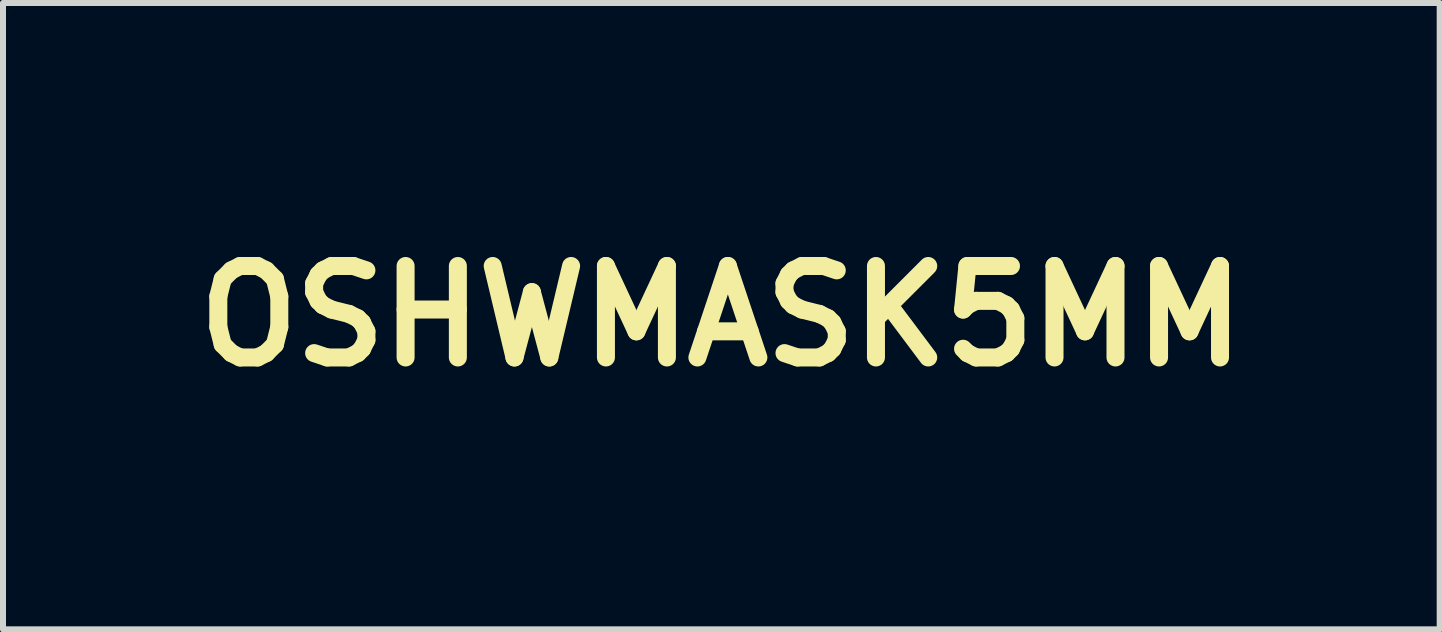
<source format=kicad_pcb>
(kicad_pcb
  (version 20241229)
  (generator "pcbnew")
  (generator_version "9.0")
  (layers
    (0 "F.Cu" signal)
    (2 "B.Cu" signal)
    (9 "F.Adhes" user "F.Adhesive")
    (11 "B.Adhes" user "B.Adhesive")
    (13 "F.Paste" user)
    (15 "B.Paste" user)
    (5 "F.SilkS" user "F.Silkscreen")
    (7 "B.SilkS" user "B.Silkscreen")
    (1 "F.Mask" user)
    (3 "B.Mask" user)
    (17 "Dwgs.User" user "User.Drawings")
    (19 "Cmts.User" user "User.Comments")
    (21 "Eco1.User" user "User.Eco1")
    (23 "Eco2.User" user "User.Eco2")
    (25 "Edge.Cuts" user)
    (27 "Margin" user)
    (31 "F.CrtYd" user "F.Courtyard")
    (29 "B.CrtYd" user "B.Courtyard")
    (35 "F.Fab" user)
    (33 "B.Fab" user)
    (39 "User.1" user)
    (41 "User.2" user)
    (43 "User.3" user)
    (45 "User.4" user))
  (footprint "OSHWMASK5MM"
    (layer "F.Cu")
    (at 8.97 2.217)
    (property "Reference" "OSHWMASK5MM" (at 0 0 0) (layer "F.SilkS") (effects (font (size 1.524 1.524) (thickness 0.3))))
    (attr through_hole)
    (fp_poly (pts (xy 0.067 -2.211) (xy 0.128 -2.211) (xy 0.181 -2.211) (xy 0.227 -2.211) (xy 0.264 -2.21) (xy 0.293 -2.209) (xy 0.313 -2.209) (xy 0.325 -2.208) (xy 0.329 -2.207) (xy 0.335 -2.2) (xy 0.341 -2.189) (xy 0.341 -2.186) (xy 0.343 -2.179) (xy 0.346 -2.165) (xy 0.35 -2.143) (xy 0.355 -2.114) (xy 0.362 -2.08) (xy 0.369 -2.041) (xy 0.377 -1.998) (xy 0.386 -1.951) (xy 0.395 -1.901) (xy 0.403 -1.861) (xy 0.414 -1.802) (xy 0.423 -1.751) (xy 0.432 -1.707) (xy 0.439 -1.67) (xy 0.445 -1.639) (xy 0.45 -1.614) (xy 0.454 -1.594) (xy 0.458 -1.578) (xy 0.461 -1.565) (xy 0.463 -1.556) (xy 0.466 -1.55) (xy 0.468 -1.545) (xy 0.47 -1.542) (xy 0.472 -1.541) (xy 0.481 -1.534) (xy 0.497 -1.525) (xy 0.517 -1.516) (xy 0.532 -1.509) (xy 0.546 -1.503) (xy 0.568 -1.495) (xy 0.596 -1.483) (xy 0.628 -1.47) (xy 0.663 -1.456) (xy 0.701 -1.44) (xy 0.74 -1.425) (xy 0.753 -1.419) (xy 0.796 -1.402) (xy 0.831 -1.387) (xy 0.86 -1.376) (xy 0.883 -1.367) (xy 0.901 -1.36) (xy 0.914 -1.356) (xy 0.924 -1.353) (xy 0.932 -1.351) (xy 0.937 -1.351) (xy 0.941 -1.352) (xy 0.947 -1.355) (xy 0.959 -1.362) (xy 0.978 -1.374) (xy 1.001 -1.39) (xy 1.03 -1.409) (xy 1.063 -1.431) (xy 1.099 -1.455) (xy 1.139 -1.482) (xy 1.181 -1.51) (xy 1.222 -1.538) (xy 1.276 -1.575) (xy 1.323 -1.608) (xy 1.364 -1.636) (xy 1.399 -1.659) (xy 1.428 -1.678) (xy 1.452 -1.694) (xy 1.471 -1.705) (xy 1.485 -1.714) (xy 1.494 -1.719) (xy 1.5 -1.721) (xy 1.5 -1.721) (xy 1.504 -1.72) (xy 1.508 -1.718) (xy 1.514 -1.713) (xy 1.523 -1.706) (xy 1.534 -1.697) (xy 1.548 -1.683) (xy 1.566 -1.667) (xy 1.587 -1.646) (xy 1.613 -1.62) (xy 1.644 -1.59) (xy 1.679 -1.555) (xy 1.721 -1.513) (xy 1.742 -1.492) (xy 1.786 -1.448) (xy 1.823 -1.411) (xy 1.855 -1.378) (xy 1.883 -1.351) (xy 1.905 -1.328) (xy 1.924 -1.309) (xy 1.938 -1.293) (xy 1.95 -1.281) (xy 1.958 -1.272) (xy 1.964 -1.264) (xy 1.967 -1.259) (xy 1.969 -1.255) (xy 1.97 -1.251) (xy 1.97 -1.25) (xy 1.967 -1.244) (xy 1.96 -1.232) (xy 1.948 -1.213) (xy 1.933 -1.189) (xy 1.914 -1.161) (xy 1.892 -1.128) (xy 1.867 -1.092) (xy 1.841 -1.053) (xy 1.812 -1.011) (xy 1.807 -1.003) (xy 1.77 -0.95) (xy 1.739 -0.905) (xy 1.712 -0.865) (xy 1.688 -0.831) (xy 1.669 -0.802) (xy 1.653 -0.779) (xy 1.639 -0.759) (xy 1.629 -0.743) (xy 1.621 -0.731) (xy 1.615 -0.721) (xy 1.611 -0.714) (xy 1.608 -0.709) (xy 1.607 -0.705) (xy 1.606 -0.702) (xy 1.606 -0.699) (xy 1.606 -0.696) (xy 1.606 -0.695) (xy 1.608 -0.687) (xy 1.613 -0.673) (xy 1.621 -0.652) (xy 1.631 -0.626) (xy 1.643 -0.596) (xy 1.657 -0.562) (xy 1.672 -0.526) (xy 1.688 -0.488) (xy 1.704 -0.45) (xy 1.721 -0.411) (xy 1.737 -0.374) (xy 1.753 -0.339) (xy 1.767 -0.307) (xy 1.78 -0.278) (xy 1.791 -0.255) (xy 1.8 -0.237) (xy 1.806 -0.226) (xy 1.808 -0.222) (xy 1.812 -0.219) (xy 1.817 -0.215) (xy 1.824 -0.212) (xy 1.834 -0.209) (xy 1.847 -0.206) (xy 1.865 -0.202) (xy 1.888 -0.197) (xy 1.917 -0.192) (xy 1.953 -0.185) (xy 1.995 -0.177) (xy 2.01 -0.175) (xy 2.032 -0.171) (xy 2.058 -0.166) (xy 2.088 -0.16) (xy 2.118 -0.155) (xy 2.124 -0.154) (xy 2.157 -0.147) (xy 2.196 -0.14) (xy 2.238 -0.133) (xy 2.28 -0.125) (xy 2.318 -0.118) (xy 2.327 -0.116) (xy 2.364 -0.109) (xy 2.392 -0.104) (xy 2.415 -0.099) (xy 2.431 -0.095) (xy 2.443 -0.091) (xy 2.451 -0.088) (xy 2.455 -0.084) (xy 2.458 -0.081) (xy 2.458 -0.076) (xy 2.459 -0.063) (xy 2.459 -0.043) (xy 2.46 -0.017) (xy 2.46 0.015) (xy 2.46 0.051) (xy 2.461 0.091) (xy 2.461 0.134) (xy 2.461 0.179) (xy 2.461 0.225) (xy 2.461 0.271) (xy 2.461 0.317) (xy 2.461 0.362) (xy 2.461 0.405) (xy 2.461 0.444) (xy 2.46 0.48) (xy 2.46 0.511) (xy 2.46 0.536) (xy 2.459 0.556) (xy 2.459 0.567) (xy 2.458 0.571) (xy 2.452 0.579) (xy 2.448 0.582) (xy 2.443 0.584) (xy 2.429 0.587) (xy 2.409 0.591) (xy 2.382 0.596) (xy 2.349 0.603) (xy 2.311 0.61) (xy 2.269 0.618) (xy 2.223 0.627) (xy 2.175 0.636) (xy 2.144 0.642) (xy 2.094 0.651) (xy 2.047 0.66) (xy 2.002 0.668) (xy 1.961 0.676) (xy 1.925 0.683) (xy 1.894 0.689) (xy 1.869 0.694) (xy 1.851 0.697) (xy 1.841 0.7) (xy 1.838 0.7) (xy 1.827 0.707) (xy 1.821 0.712) (xy 1.818 0.718) (xy 1.812 0.731) (xy 1.804 0.75) (xy 1.793 0.776) (xy 1.78 0.806) (xy 1.766 0.841) (xy 1.75 0.88) (xy 1.733 0.922) (xy 1.717 0.963) (xy 1.695 1.017) (xy 1.677 1.064) (xy 1.661 1.103) (xy 1.649 1.135) (xy 1.639 1.162) (xy 1.631 1.183) (xy 1.626 1.198) (xy 1.623 1.209) (xy 1.622 1.216) (xy 1.622 1.218) (xy 1.625 1.225) (xy 1.633 1.238) (xy 1.645 1.257) (xy 1.662 1.283) (xy 1.682 1.314) (xy 1.707 1.35) (xy 1.735 1.391) (xy 1.765 1.436) (xy 1.799 1.485) (xy 1.836 1.538) (xy 1.862 1.577) (xy 1.889 1.615) (xy 1.911 1.646) (xy 1.928 1.672) (xy 1.942 1.693) (xy 1.952 1.709) (xy 1.96 1.722) (xy 1.965 1.731) (xy 1.968 1.738) (xy 1.969 1.743) (xy 1.969 1.748) (xy 1.969 1.749) (xy 1.967 1.753) (xy 1.962 1.76) (xy 1.954 1.77) (xy 1.942 1.783) (xy 1.926 1.8) (xy 1.905 1.821) (xy 1.88 1.847) (xy 1.85 1.877) (xy 1.815 1.912) (xy 1.774 1.953) (xy 1.74 1.987) (xy 1.702 2.024) (xy 1.667 2.059) (xy 1.634 2.091) (xy 1.603 2.121) (xy 1.576 2.148) (xy 1.552 2.17) (xy 1.533 2.189) (xy 1.518 2.203) (xy 1.509 2.211) (xy 1.506 2.214) (xy 1.496 2.214) (xy 1.488 2.211) (xy 1.483 2.208) (xy 1.471 2.2) (xy 1.453 2.188) (xy 1.43 2.172) (xy 1.402 2.154) (xy 1.371 2.132) (xy 1.336 2.108) (xy 1.298 2.083) (xy 1.259 2.056) (xy 1.257 2.055) (xy 1.217 2.027) (xy 1.178 2.001) (xy 1.142 1.976) (xy 1.109 1.954) (xy 1.08 1.934) (xy 1.055 1.917) (xy 1.036 1.903) (xy 1.022 1.894) (xy 1.014 1.889) (xy 1.005 1.882) (xy 0.996 1.878) (xy 0.987 1.875) (xy 0.977 1.875) (xy 0.965 1.878) (xy 0.95 1.883) (xy 0.931 1.891) (xy 0.907 1.903) (xy 0.878 1.919) (xy 0.85 1.933) (xy 0.821 1.949) (xy 0.794 1.962) (xy 0.771 1.974) (xy 0.751 1.984) (xy 0.737 1.99) (xy 0.73 1.993) (xy 0.729 1.993) (xy 0.722 1.992) (xy 0.716 1.988) (xy 0.711 1.979) (xy 0.704 1.965) (xy 0.701 1.958) (xy 0.697 1.948) (xy 0.69 1.93) (xy 0.679 1.905) (xy 0.666 1.873) (xy 0.65 1.835) (xy 0.632 1.791) (xy 0.612 1.742) (xy 0.589 1.687) (xy 0.564 1.628) (xy 0.538 1.564) (xy 0.51 1.497) (xy 0.481 1.426) (xy 0.45 1.352) (xy 0.449 1.349) (xy 0.42 1.28) (xy 0.395 1.219) (xy 0.373 1.165) (xy 0.353 1.118) (xy 0.337 1.077) (xy 0.322 1.042) (xy 0.31 1.013) (xy 0.3 0.988) (xy 0.292 0.967) (xy 0.285 0.951) (xy 0.281 0.938) (xy 0.277 0.928) (xy 0.275 0.921) (xy 0.273 0.916) (xy 0.272 0.912) (xy 0.272 0.91) (xy 0.272 0.909) (xy 0.274 0.905) (xy 0.279 0.899) (xy 0.287 0.891) (xy 0.3 0.882) (xy 0.319 0.869) (xy 0.336 0.857) (xy 0.397 0.814) (xy 0.45 0.771) (xy 0.496 0.728) (xy 0.536 0.683) (xy 0.572 0.636) (xy 0.603 0.586) (xy 0.603 0.585) (xy 0.637 0.516) (xy 0.662 0.444) (xy 0.68 0.371) (xy 0.689 0.296) (xy 0.69 0.221) (xy 0.682 0.146) (xy 0.667 0.071) (xy 0.643 -0.002) (xy 0.626 -0.044) (xy 0.611 -0.072) (xy 0.592 -0.105) (xy 0.57 -0.138) (xy 0.547 -0.17) (xy 0.526 -0.197) (xy 0.516 -0.209) (xy 0.458 -0.265) (xy 0.397 -0.314) (xy 0.331 -0.355) (xy 0.261 -0.389) (xy 0.187 -0.415) (xy 0.144 -0.426) (xy 0.128 -0.429) (xy 0.113 -0.432) (xy 0.098 -0.433) (xy 0.08 -0.435) (xy 0.059 -0.435) (xy 0.033 -0.436) (xy 0 -0.436) (xy -0.034 -0.436) (xy -0.06 -0.435) (xy -0.081 -0.435) (xy -0.098 -0.433) (xy -0.114 -0.431) (xy -0.129 -0.429) (xy -0.144 -0.426) (xy -0.22 -0.404) (xy -0.291 -0.376) (xy -0.358 -0.34) (xy -0.42 -0.297) (xy -0.477 -0.248) (xy -0.528 -0.194) (xy -0.574 -0.134) (xy -0.612 -0.069) (xy -0.644 0.001) (xy -0.668 0.074) (xy -0.682 0.136) (xy -0.685 0.165) (xy -0.688 0.2) (xy -0.689 0.238) (xy -0.689 0.277) (xy -0.687 0.314) (xy -0.685 0.346) (xy -0.682 0.366) (xy -0.669 0.419) (xy -0.653 0.472) (xy -0.633 0.524) (xy -0.611 0.571) (xy -0.597 0.597) (xy -0.564 0.648) (xy -0.526 0.695) (xy -0.483 0.74) (xy -0.434 0.784) (xy -0.378 0.828) (xy -0.336 0.857) (xy -0.313 0.873) (xy -0.296 0.885) (xy -0.284 0.894) (xy -0.277 0.901) (xy -0.273 0.906) (xy -0.272 0.909) (xy -0.272 0.912) (xy -0.273 0.915) (xy -0.274 0.92) (xy -0.276 0.927) (xy -0.28 0.936) (xy -0.285 0.948) (xy -0.291 0.964) (xy -0.299 0.984) (xy -0.308 1.008) (xy -0.32 1.037) (xy -0.334 1.071) (xy -0.35 1.111) (xy -0.369 1.157) (xy -0.391 1.21) (xy -0.416 1.269) (xy -0.444 1.337) (xy -0.449 1.349) (xy -0.479 1.423) (xy -0.509 1.493) (xy -0.537 1.561) (xy -0.563 1.625) (xy -0.588 1.684) (xy -0.611 1.739) (xy -0.631 1.789) (xy -0.65 1.833) (xy -0.666 1.872) (xy -0.679 1.904) (xy -0.689 1.929) (xy -0.697 1.947) (xy -0.701 1.957) (xy -0.701 1.958) (xy -0.709 1.975) (xy -0.714 1.985) (xy -0.72 1.991) (xy -0.726 1.992) (xy -0.729 1.993) (xy -0.735 1.991) (xy -0.748 1.985) (xy -0.767 1.976) (xy -0.79 1.965) (xy -0.816 1.951) (xy -0.845 1.936) (xy -0.85 1.933) (xy -0.885 1.915) (xy -0.914 1.9) (xy -0.936 1.889) (xy -0.953 1.881) (xy -0.966 1.877) (xy -0.974 1.875) (xy -0.977 1.874) (xy -0.989 1.876) (xy -1.003 1.882) (xy -1.021 1.893) (xy -1.023 1.895) (xy -1.032 1.901) (xy -1.048 1.912) (xy -1.07 1.927) (xy -1.096 1.945) (xy -1.126 1.965) (xy -1.16 1.988) (xy -1.196 2.013) (xy -1.234 2.039) (xy -1.255 2.053) (xy -1.303 2.086) (xy -1.344 2.114) (xy -1.379 2.138) (xy -1.408 2.158) (xy -1.432 2.174) (xy -1.452 2.187) (xy -1.467 2.198) (xy -1.478 2.205) (xy -1.487 2.21) (xy -1.492 2.214) (xy -1.496 2.215) (xy -1.497 2.216) (xy -1.497 2.216) (xy -1.503 2.214) (xy -1.507 2.212) (xy -1.512 2.209) (xy -1.522 2.199) (xy -1.537 2.185) (xy -1.557 2.166) (xy -1.58 2.144) (xy -1.607 2.118) (xy -1.636 2.09) (xy -1.666 2.06) (xy -1.698 2.028) (xy -1.731 1.995) (xy -1.764 1.963) (xy -1.797 1.931) (xy -1.828 1.899) (xy -1.857 1.87) (xy -1.885 1.842) (xy -1.909 1.818) (xy -1.929 1.797) (xy -1.946 1.78) (xy -1.958 1.767) (xy -1.964 1.76) (xy -1.965 1.759) (xy -1.969 1.747) (xy -1.969 1.737) (xy -1.966 1.731) (xy -1.959 1.719) (xy -1.948 1.702) (xy -1.934 1.681) (xy -1.918 1.657) (xy -1.908 1.643) (xy -1.887 1.613) (xy -1.864 1.579) (xy -1.84 1.544) (xy -1.817 1.51) (xy -1.797 1.482) (xy -1.797 1.481) (xy -1.777 1.453) (xy -1.755 1.42) (xy -1.731 1.385) (xy -1.707 1.35) (xy -1.686 1.32) (xy -1.685 1.318) (xy -1.668 1.293) (xy -1.653 1.27) (xy -1.64 1.249) (xy -1.63 1.233) (xy -1.624 1.222) (xy -1.623 1.219) (xy -1.623 1.215) (xy -1.624 1.208) (xy -1.626 1.199) (xy -1.63 1.186) (xy -1.636 1.169) (xy -1.645 1.147) (xy -1.655 1.12) (xy -1.668 1.086) (xy -1.683 1.047) (xy -1.702 1) (xy -1.717 0.963) (xy -1.734 0.919) (xy -1.751 0.878) (xy -1.767 0.839) (xy -1.781 0.805) (xy -1.793 0.775) (xy -1.803 0.75) (xy -1.811 0.731) (xy -1.816 0.719) (xy -1.819 0.715) (xy -1.825 0.709) (xy -1.834 0.704) (xy -1.848 0.699) (xy -1.867 0.694) (xy -1.893 0.688) (xy -1.919 0.683) (xy -1.972 0.674) (xy -2.026 0.664) (xy -2.079 0.654) (xy -2.132 0.644) (xy -2.183 0.635) (xy -2.231 0.625) (xy -2.277 0.617) (xy -2.318 0.609) (xy -2.355 0.602) (xy -2.387 0.595) (xy -2.413 0.59) (xy -2.432 0.586) (xy -2.444 0.583) (xy -2.448 0.582) (xy -2.456 0.575) (xy -2.458 0.571) (xy -2.459 0.566) (xy -2.459 0.552) (xy -2.46 0.532) (xy -2.46 0.505) (xy -2.46 0.473) (xy -2.461 0.436) (xy -2.461 0.396) (xy -2.461 0.353) (xy -2.461 0.308) (xy -2.461 0.262) (xy -2.461 0.215) (xy -2.461 0.169) (xy -2.461 0.125) (xy -2.461 0.082) (xy -2.46 0.043) (xy -2.46 0.008) (xy -2.46 -0.023) (xy -2.459 -0.048) (xy -2.459 -0.067) (xy -2.458 -0.078) (xy -2.458 -0.081) (xy -2.454 -0.085) (xy -2.449 -0.089) (xy -2.44 -0.092) (xy -2.427 -0.096) (xy -2.41 -0.1) (xy -2.386 -0.105) (xy -2.355 -0.111) (xy -2.327 -0.116) (xy -2.29 -0.123) (xy -2.249 -0.131) (xy -2.207 -0.138) (xy -2.167 -0.146) (xy -2.132 -0.152) (xy -2.124 -0.154) (xy -2.094 -0.159) (xy -2.064 -0.165) (xy -2.037 -0.17) (xy -2.014 -0.174) (xy -1.997 -0.177) (xy -1.995 -0.177) (xy -1.951 -0.185) (xy -1.915 -0.192) (xy -1.886 -0.197) (xy -1.864 -0.202) (xy -1.846 -0.206) (xy -1.833 -0.209) (xy -1.824 -0.213) (xy -1.817 -0.216) (xy -1.812 -0.219) (xy -1.808 -0.222) (xy -1.804 -0.229) (xy -1.797 -0.243) (xy -1.787 -0.263) (xy -1.775 -0.289) (xy -1.762 -0.318) (xy -1.747 -0.352) (xy -1.731 -0.388) (xy -1.715 -0.425) (xy -1.698 -0.464) (xy -1.682 -0.502) (xy -1.666 -0.54) (xy -1.651 -0.575) (xy -1.638 -0.608) (xy -1.627 -0.636) (xy -1.617 -0.66) (xy -1.611 -0.679) (xy -1.607 -0.691) (xy -1.606 -0.695) (xy -1.606 -0.698) (xy -1.606 -0.701) (xy -1.607 -0.704) (xy -1.608 -0.708) (xy -1.61 -0.713) (xy -1.614 -0.72) (xy -1.62 -0.729) (xy -1.627 -0.741) (xy -1.637 -0.756) (xy -1.65 -0.774) (xy -1.665 -0.797) (xy -1.684 -0.825) (xy -1.706 -0.857) (xy -1.732 -0.896) (xy -1.763 -0.94) (xy -1.798 -0.991) (xy -1.807 -1.003) (xy -1.835 -1.044) (xy -1.861 -1.083) (xy -1.885 -1.119) (xy -1.908 -1.152) (xy -1.927 -1.182) (xy -1.943 -1.207) (xy -1.956 -1.226) (xy -1.965 -1.241) (xy -1.969 -1.248) (xy -1.969 -1.249) (xy -1.97 -1.252) (xy -1.969 -1.255) (xy -1.967 -1.259) (xy -1.964 -1.265) (xy -1.958 -1.272) (xy -1.95 -1.281) (xy -1.939 -1.293) (xy -1.924 -1.308) (xy -1.906 -1.327) (xy -1.884 -1.35) (xy -1.857 -1.377) (xy -1.825 -1.408) (xy -1.788 -1.446) (xy -1.746 -1.488) (xy -1.742 -1.492) (xy -1.699 -1.535) (xy -1.661 -1.573) (xy -1.628 -1.606) (xy -1.6 -1.633) (xy -1.577 -1.656) (xy -1.558 -1.674) (xy -1.542 -1.689) (xy -1.53 -1.701) (xy -1.52 -1.709) (xy -1.512 -1.715) (xy -1.507 -1.719) (xy -1.503 -1.72) (xy -1.5 -1.721) (xy -1.495 -1.72) (xy -1.488 -1.716) (xy -1.476 -1.709) (xy -1.46 -1.7) (xy -1.44 -1.687) (xy -1.415 -1.67) (xy -1.384 -1.649) (xy -1.348 -1.625) (xy -1.305 -1.596) (xy -1.256 -1.562) (xy -1.22 -1.537) (xy -1.176 -1.507) (xy -1.134 -1.479) (xy -1.095 -1.452) (xy -1.059 -1.428) (xy -1.026 -1.406) (xy -0.998 -1.388) (xy -0.975 -1.372) (xy -0.957 -1.361) (xy -0.945 -1.354) (xy -0.939 -1.351) (xy -0.934 -1.351) (xy -0.927 -1.352) (xy -0.916 -1.355) (xy -0.901 -1.361) (xy -0.881 -1.368) (xy -0.855 -1.378) (xy -0.823 -1.39) (xy -0.785 -1.406) (xy -0.753 -1.419) (xy -0.714 -1.435) (xy -0.676 -1.451) (xy -0.64 -1.465) (xy -0.606 -1.479) (xy -0.577 -1.491) (xy -0.553 -1.501) (xy -0.536 -1.508) (xy -0.532 -1.509) (xy -0.509 -1.519) (xy -0.49 -1.528) (xy -0.477 -1.536) (xy -0.472 -1.541) (xy -0.469 -1.544) (xy -0.467 -1.548) (xy -0.464 -1.554) (xy -0.461 -1.563) (xy -0.458 -1.574) (xy -0.455 -1.59) (xy -0.45 -1.61) (xy -0.445 -1.636) (xy -0.439 -1.668) (xy -0.432 -1.707) (xy -0.423 -1.753) (xy -0.418 -1.778) (xy -0.41 -1.822) (xy -0.402 -1.864) (xy -0.395 -1.903) (xy -0.388 -1.939) (xy -0.383 -1.969) (xy -0.378 -1.994) (xy -0.375 -2.013) (xy -0.373 -2.024) (xy -0.372 -2.025) (xy -0.369 -2.041) (xy -0.365 -2.061) (xy -0.362 -2.08) (xy -0.358 -2.1) (xy -0.353 -2.125) (xy -0.349 -2.149) (xy -0.348 -2.154) (xy -0.343 -2.177) (xy -0.337 -2.194) (xy -0.332 -2.203) (xy -0.332 -2.204) (xy -0.33 -2.205) (xy -0.327 -2.206) (xy -0.323 -2.208) (xy -0.317 -2.208) (xy -0.308 -2.209) (xy -0.296 -2.21) (xy -0.279 -2.21) (xy -0.259 -2.211) (xy -0.233 -2.211) (xy -0.201 -2.211) (xy -0.163 -2.211) (xy -0.119 -2.212) (xy -0.066 -2.212) (xy -0.006 -2.212) (xy -0.002 -2.212) (xy 0.067 -2.211)) (stroke (width 0.01) (type solid)) (fill yes) (layer "F.Mask")))
  (gr_rect
    (start -3 -3)
    (end 20.94 7.437)
    (stroke (width 0.1) (type default))
    (fill no)
    (layer "Edge.Cuts")))
</source>
